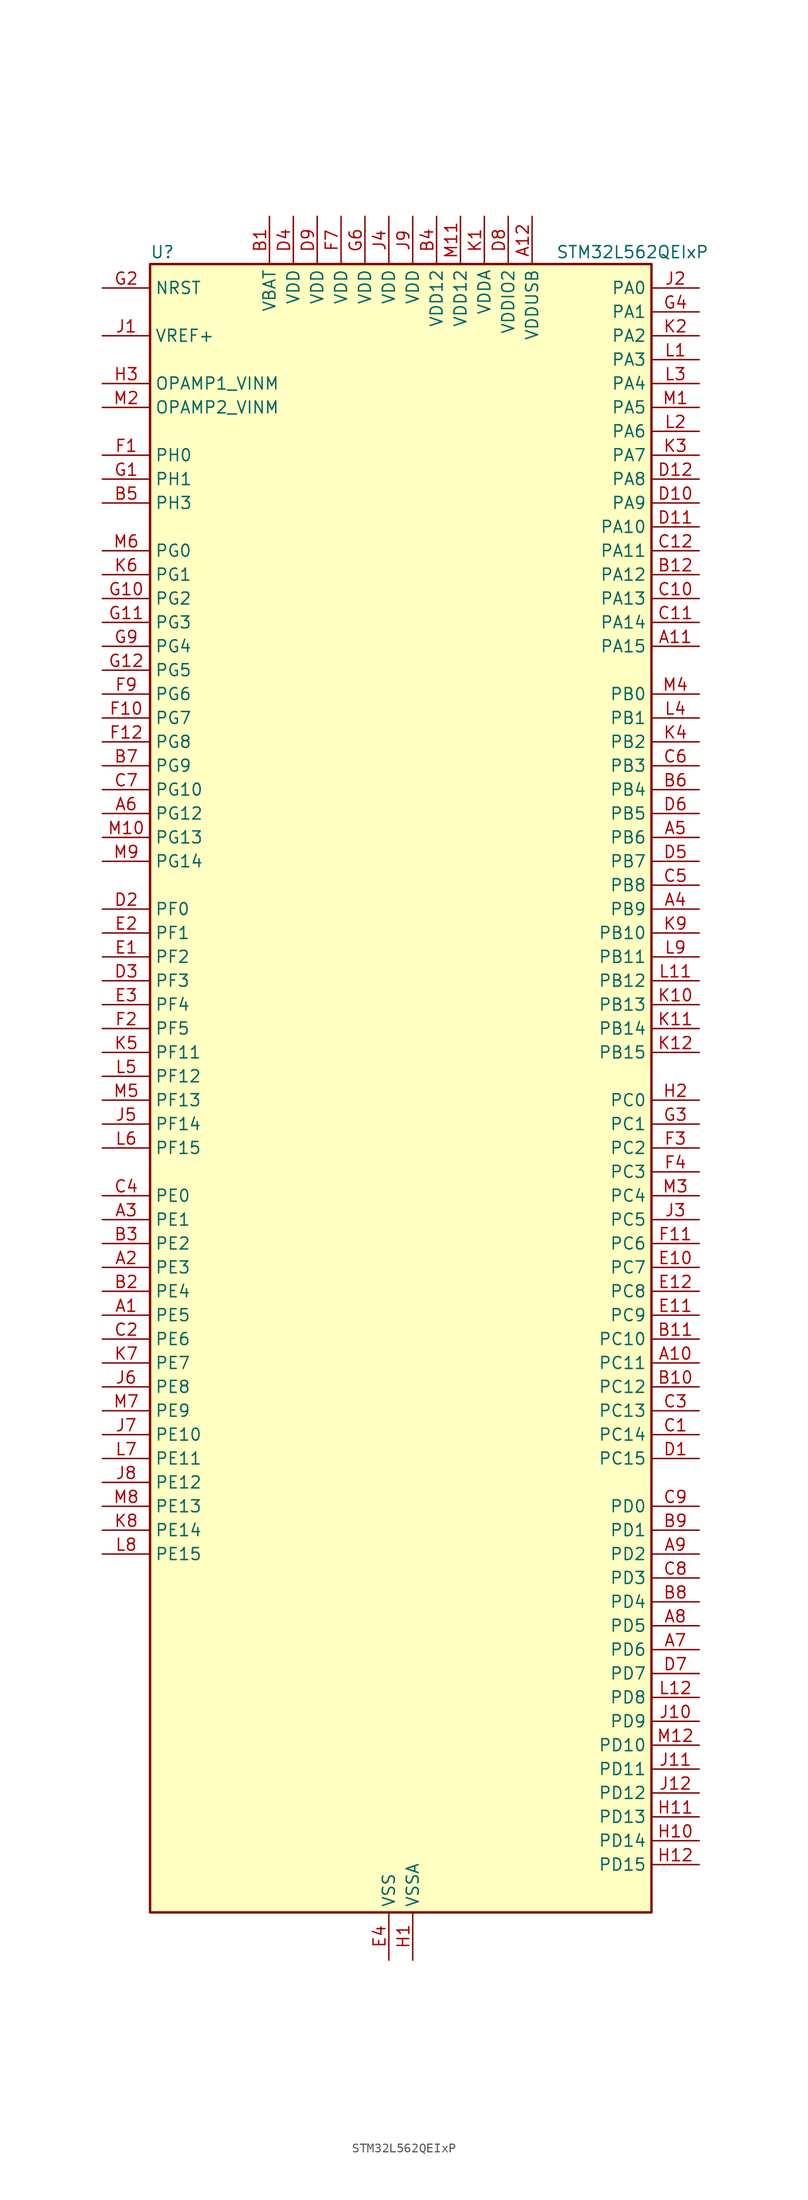
<source format=kicad_sym>
(kicad_symbol_lib
  (version 20220914)
  (generator kicad_symbol_editor)
  (symbol "STM32L562QEIxP"
    (property "Reference" "U"
      (at -25.4 90.17 0)
      (effects (font (size 1.27 1.27)) (justify left)))
    (property "Value" "STM32L562QEIxP"
      (at 17.78 90.17 0)
      (effects (font (size 1.27 1.27)) (justify left)))
    (property "ki_locked" ""
      (at 0 0 0)
      (effects (font (size 1.27 1.27))))
    (symbol "STM32L562QEIxP_0_1"
      (rectangle (start -25.4 -86.36) (end 27.94 88.9) (stroke (width 0.254) (type default)) (fill (type background))))
    (symbol "STM32L562QEIxP_1_1"
      (pin bidirectional line (at -30.48 -22.86 0) (length 5.08) (name "PE5" (effects (font (size 1.27 1.27)))) (number "A1" (effects (font (size 1.27 1.27)))) (alternate "DEBUG_TRACED2" bidirectional line) (alternate "DFSDM1_CKIN3" bidirectional line) (alternate "FMC_A21" bidirectional line) (alternate "SAI1_CK2" bidirectional line) (alternate "SAI1_SCK_A" bidirectional line) (alternate "TIM3_CH3" bidirectional line) (alternate "TSC_G7_IO4" bidirectional line))
      (pin bidirectional line (at 33.02 -27.94 180) (length 5.08) (name "PC11" (effects (font (size 1.27 1.27)))) (number "A10" (effects (font (size 1.27 1.27)))) (alternate "ADC1_EXTI11" bidirectional line) (alternate "ADC2_EXTI11" bidirectional line) (alternate "LPTIM3_IN1" bidirectional line) (alternate "OCTOSPI1_NCS" bidirectional line) (alternate "SAI2_MCLK_B" bidirectional line) (alternate "SDMMC1_D3" bidirectional line) (alternate "SPI3_MISO" bidirectional line) (alternate "TSC_G3_IO3" bidirectional line) (alternate "UART4_RX" bidirectional line) (alternate "UCPD1_FRSTX2" bidirectional line) (alternate "USART3_RX" bidirectional line))
      (pin bidirectional line (at 33.02 48.26 180) (length 5.08) (name "PA15" (effects (font (size 1.27 1.27)))) (number "A11" (effects (font (size 1.27 1.27)))) (alternate "ADC1_EXTI15" bidirectional line) (alternate "ADC2_EXTI15" bidirectional line) (alternate "DEBUG_JTDI" bidirectional line) (alternate "SAI2_FS_B" bidirectional line) (alternate "SPI1_NSS" bidirectional line) (alternate "SPI3_NSS" bidirectional line) (alternate "TIM2_CH1" bidirectional line) (alternate "TIM2_ETR" bidirectional line) (alternate "UART4_DE" bidirectional line) (alternate "UART4_RTS" bidirectional line) (alternate "UCPD1_CC1" bidirectional line) (alternate "USART2_RX" bidirectional line) (alternate "USART3_DE" bidirectional line) (alternate "USART3_RTS" bidirectional line))
      (pin power_in line (at 15.24 93.98 270) (length 5.08) (name "VDDUSB" (effects (font (size 1.27 1.27)))) (number "A12" (effects (font (size 1.27 1.27)))))
      (pin bidirectional line (at -30.48 -17.78 0) (length 5.08) (name "PE3" (effects (font (size 1.27 1.27)))) (number "A2" (effects (font (size 1.27 1.27)))) (alternate "DEBUG_TRACED0" bidirectional line) (alternate "FMC_A19" bidirectional line) (alternate "OCTOSPI1_DQS" bidirectional line) (alternate "SAI1_SD_B" bidirectional line) (alternate "TIM3_CH1" bidirectional line) (alternate "TSC_G7_IO2" bidirectional line))
      (pin bidirectional line (at -30.48 -12.7 0) (length 5.08) (name "PE1" (effects (font (size 1.27 1.27)))) (number "A3" (effects (font (size 1.27 1.27)))) (alternate "FMC_NBL1" bidirectional line) (alternate "TIM17_CH1" bidirectional line))
      (pin bidirectional line (at 33.02 20.32 180) (length 5.08) (name "PB9" (effects (font (size 1.27 1.27)))) (number "A4" (effects (font (size 1.27 1.27)))) (alternate "DAC1_EXTI9" bidirectional line) (alternate "FDCAN1_TX" bidirectional line) (alternate "I2C1_SDA" bidirectional line) (alternate "IR_OUT" bidirectional line) (alternate "SAI1_D2" bidirectional line) (alternate "SAI1_FS_A" bidirectional line) (alternate "SDMMC1_CDIR" bidirectional line) (alternate "SDMMC1_D5" bidirectional line) (alternate "SPI2_NSS" bidirectional line) (alternate "TIM17_CH1" bidirectional line) (alternate "TIM4_CH4" bidirectional line))
      (pin bidirectional line (at 33.02 27.94 180) (length 5.08) (name "PB6" (effects (font (size 1.27 1.27)))) (number "A5" (effects (font (size 1.27 1.27)))) (alternate "COMP2_INP" bidirectional line) (alternate "I2C1_SCL" bidirectional line) (alternate "I2C4_SCL" bidirectional line) (alternate "LPTIM1_ETR" bidirectional line) (alternate "SAI1_FS_B" bidirectional line) (alternate "TIM16_CH1N" bidirectional line) (alternate "TIM4_CH1" bidirectional line) (alternate "TIM8_BKIN2" bidirectional line) (alternate "TSC_G2_IO3" bidirectional line) (alternate "USART1_TX" bidirectional line))
      (pin bidirectional line (at -30.48 30.48 0) (length 5.08) (name "PG12" (effects (font (size 1.27 1.27)))) (number "A6" (effects (font (size 1.27 1.27)))) (alternate "FMC_NE4" bidirectional line) (alternate "LPTIM1_ETR" bidirectional line) (alternate "SAI2_SD_A" bidirectional line) (alternate "SPI3_NSS" bidirectional line) (alternate "USART1_DE" bidirectional line) (alternate "USART1_RTS" bidirectional line))
      (pin bidirectional line (at 33.02 -58.42 180) (length 5.08) (name "PD6" (effects (font (size 1.27 1.27)))) (number "A7" (effects (font (size 1.27 1.27)))) (alternate "DFSDM1_DATIN1" bidirectional line) (alternate "FMC_NWAIT" bidirectional line) (alternate "OCTOSPI1_IO6" bidirectional line) (alternate "SAI1_D1" bidirectional line) (alternate "SAI1_SD_A" bidirectional line) (alternate "SPI3_MOSI" bidirectional line) (alternate "USART2_RX" bidirectional line))
      (pin bidirectional line (at 33.02 -55.88 180) (length 5.08) (name "PD5" (effects (font (size 1.27 1.27)))) (number "A8" (effects (font (size 1.27 1.27)))) (alternate "FMC_NWE" bidirectional line) (alternate "OCTOSPI1_IO5" bidirectional line) (alternate "USART2_TX" bidirectional line))
      (pin bidirectional line (at 33.02 -48.26 180) (length 5.08) (name "PD2" (effects (font (size 1.27 1.27)))) (number "A9" (effects (font (size 1.27 1.27)))) (alternate "DEBUG_TRACED2" bidirectional line) (alternate "SDMMC1_CMD" bidirectional line) (alternate "TIM3_ETR" bidirectional line) (alternate "TSC_SYNC" bidirectional line) (alternate "UART5_RX" bidirectional line) (alternate "USART3_DE" bidirectional line) (alternate "USART3_RTS" bidirectional line))
      (pin power_in line (at -12.7 93.98 270) (length 5.08) (name "VBAT" (effects (font (size 1.27 1.27)))) (number "B1" (effects (font (size 1.27 1.27)))))
      (pin bidirectional line (at 33.02 -30.48 180) (length 5.08) (name "PC12" (effects (font (size 1.27 1.27)))) (number "B10" (effects (font (size 1.27 1.27)))) (alternate "DEBUG_TRACED3" bidirectional line) (alternate "SAI2_SD_B" bidirectional line) (alternate "SDMMC1_CK" bidirectional line) (alternate "SPI3_MOSI" bidirectional line) (alternate "TSC_G3_IO4" bidirectional line) (alternate "UART5_TX" bidirectional line) (alternate "USART3_CK" bidirectional line))
      (pin bidirectional line (at 33.02 -25.4 180) (length 5.08) (name "PC10" (effects (font (size 1.27 1.27)))) (number "B11" (effects (font (size 1.27 1.27)))) (alternate "DEBUG_TRACED1" bidirectional line) (alternate "LPTIM3_ETR" bidirectional line) (alternate "SAI2_SCK_B" bidirectional line) (alternate "SDMMC1_D2" bidirectional line) (alternate "SPI3_SCK" bidirectional line) (alternate "TSC_G3_IO2" bidirectional line) (alternate "UART4_TX" bidirectional line) (alternate "USART3_TX" bidirectional line))
      (pin bidirectional line (at 33.02 55.88 180) (length 5.08) (name "PA12" (effects (font (size 1.27 1.27)))) (number "B12" (effects (font (size 1.27 1.27)))) (alternate "FDCAN1_TX" bidirectional line) (alternate "SPI1_MOSI" bidirectional line) (alternate "TIM1_ETR" bidirectional line) (alternate "USART1_DE" bidirectional line) (alternate "USART1_RTS" bidirectional line) (alternate "USB_DP" bidirectional line))
      (pin bidirectional line (at -30.48 -20.32 0) (length 5.08) (name "PE4" (effects (font (size 1.27 1.27)))) (number "B2" (effects (font (size 1.27 1.27)))) (alternate "DEBUG_TRACED1" bidirectional line) (alternate "DFSDM1_DATIN3" bidirectional line) (alternate "FMC_A20" bidirectional line) (alternate "SAI1_D2" bidirectional line) (alternate "SAI1_FS_A" bidirectional line) (alternate "TIM3_CH2" bidirectional line) (alternate "TSC_G7_IO3" bidirectional line))
      (pin bidirectional line (at -30.48 -15.24 0) (length 5.08) (name "PE2" (effects (font (size 1.27 1.27)))) (number "B3" (effects (font (size 1.27 1.27)))) (alternate "DEBUG_TRACECLK" bidirectional line) (alternate "FMC_A23" bidirectional line) (alternate "SAI1_CK1" bidirectional line) (alternate "SAI1_MCLK_A" bidirectional line) (alternate "TIM3_ETR" bidirectional line) (alternate "TSC_G7_IO1" bidirectional line))
      (pin power_in line (at 5.08 93.98 270) (length 5.08) (name "VDD12" (effects (font (size 1.27 1.27)))) (number "B4" (effects (font (size 1.27 1.27)))))
      (pin bidirectional line (at -30.48 63.5 0) (length 5.08) (name "PH3" (effects (font (size 1.27 1.27)))) (number "B5" (effects (font (size 1.27 1.27)))))
      (pin bidirectional line (at 33.02 33.02 180) (length 5.08) (name "PB4" (effects (font (size 1.27 1.27)))) (number "B6" (effects (font (size 1.27 1.27)))) (alternate "COMP2_INP" bidirectional line) (alternate "DEBUG_JTRST" bidirectional line) (alternate "I2C3_SDA" bidirectional line) (alternate "SAI1_MCLK_B" bidirectional line) (alternate "SPI1_MISO" bidirectional line) (alternate "SPI3_MISO" bidirectional line) (alternate "TIM17_BKIN" bidirectional line) (alternate "TIM3_CH1" bidirectional line) (alternate "TSC_G2_IO1" bidirectional line) (alternate "UART5_DE" bidirectional line) (alternate "UART5_RTS" bidirectional line) (alternate "USART1_CTS" bidirectional line) (alternate "USART1_NSS" bidirectional line))
      (pin bidirectional line (at -30.48 35.56 0) (length 5.08) (name "PG9" (effects (font (size 1.27 1.27)))) (number "B7" (effects (font (size 1.27 1.27)))) (alternate "DAC1_EXTI9" bidirectional line) (alternate "FMC_NCE" bidirectional line) (alternate "FMC_NE2" bidirectional line) (alternate "SAI2_SCK_A" bidirectional line) (alternate "SPI3_SCK" bidirectional line) (alternate "TIM15_CH1N" bidirectional line) (alternate "USART1_TX" bidirectional line))
      (pin bidirectional line (at 33.02 -53.34 180) (length 5.08) (name "PD4" (effects (font (size 1.27 1.27)))) (number "B8" (effects (font (size 1.27 1.27)))) (alternate "DFSDM1_CKIN0" bidirectional line) (alternate "FMC_NOE" bidirectional line) (alternate "OCTOSPI1_IO4" bidirectional line) (alternate "SPI2_MOSI" bidirectional line) (alternate "USART2_DE" bidirectional line) (alternate "USART2_RTS" bidirectional line))
      (pin bidirectional line (at 33.02 -45.72 180) (length 5.08) (name "PD1" (effects (font (size 1.27 1.27)))) (number "B9" (effects (font (size 1.27 1.27)))) (alternate "FDCAN1_TX" bidirectional line) (alternate "FMC_D3" bidirectional line) (alternate "FMC_DA3" bidirectional line) (alternate "SPI2_SCK" bidirectional line))
      (pin bidirectional line (at 33.02 -35.56 180) (length 5.08) (name "PC14" (effects (font (size 1.27 1.27)))) (number "C1" (effects (font (size 1.27 1.27)))) (alternate "RCC_OSC32_IN" bidirectional line))
      (pin bidirectional line (at 33.02 53.34 180) (length 5.08) (name "PA13" (effects (font (size 1.27 1.27)))) (number "C10" (effects (font (size 1.27 1.27)))) (alternate "DEBUG_JTMS-SWDIO" bidirectional line) (alternate "IR_OUT" bidirectional line) (alternate "SAI1_SD_B" bidirectional line) (alternate "USB_NOE" bidirectional line))
      (pin bidirectional line (at 33.02 50.8 180) (length 5.08) (name "PA14" (effects (font (size 1.27 1.27)))) (number "C11" (effects (font (size 1.27 1.27)))) (alternate "DEBUG_JTCK-SWCLK" bidirectional line) (alternate "I2C1_SMBA" bidirectional line) (alternate "I2C4_SMBA" bidirectional line) (alternate "LPTIM1_OUT" bidirectional line) (alternate "SAI1_FS_B" bidirectional line))
      (pin bidirectional line (at 33.02 58.42 180) (length 5.08) (name "PA11" (effects (font (size 1.27 1.27)))) (number "C12" (effects (font (size 1.27 1.27)))) (alternate "ADC1_EXTI11" bidirectional line) (alternate "ADC2_EXTI11" bidirectional line) (alternate "FDCAN1_RX" bidirectional line) (alternate "SPI1_MISO" bidirectional line) (alternate "TIM1_BKIN2" bidirectional line) (alternate "TIM1_CH4" bidirectional line) (alternate "USART1_CTS" bidirectional line) (alternate "USART1_NSS" bidirectional line) (alternate "USB_DM" bidirectional line))
      (pin bidirectional line (at -30.48 -25.4 0) (length 5.08) (name "PE6" (effects (font (size 1.27 1.27)))) (number "C2" (effects (font (size 1.27 1.27)))) (alternate "DEBUG_TRACED3" bidirectional line) (alternate "FMC_A22" bidirectional line) (alternate "PWR_WKUP3" bidirectional line) (alternate "SAI1_D1" bidirectional line) (alternate "SAI1_SD_A" bidirectional line) (alternate "TAMP_IN3" bidirectional line) (alternate "TAMP_OUT6" bidirectional line) (alternate "TIM3_CH4" bidirectional line))
      (pin bidirectional line (at 33.02 -33.02 180) (length 5.08) (name "PC13" (effects (font (size 1.27 1.27)))) (number "C3" (effects (font (size 1.27 1.27)))) (alternate "PWR_WKUP2" bidirectional line) (alternate "RTC_OUT1" bidirectional line) (alternate "RTC_TS" bidirectional line) (alternate "TAMP_IN1" bidirectional line) (alternate "TAMP_OUT2" bidirectional line))
      (pin bidirectional line (at -30.48 -10.16 0) (length 5.08) (name "PE0" (effects (font (size 1.27 1.27)))) (number "C4" (effects (font (size 1.27 1.27)))) (alternate "FMC_NBL0" bidirectional line) (alternate "TIM16_CH1" bidirectional line) (alternate "TIM4_ETR" bidirectional line))
      (pin bidirectional line (at 33.02 22.86 180) (length 5.08) (name "PB8" (effects (font (size 1.27 1.27)))) (number "C5" (effects (font (size 1.27 1.27)))) (alternate "DFSDM1_CKOUT" bidirectional line) (alternate "FDCAN1_RX" bidirectional line) (alternate "I2C1_SCL" bidirectional line) (alternate "SAI1_CK1" bidirectional line) (alternate "SAI1_MCLK_A" bidirectional line) (alternate "SDMMC1_CKIN" bidirectional line) (alternate "SDMMC1_D4" bidirectional line) (alternate "TIM16_CH1" bidirectional line) (alternate "TIM4_CH3" bidirectional line))
      (pin bidirectional line (at 33.02 35.56 180) (length 5.08) (name "PB3" (effects (font (size 1.27 1.27)))) (number "C6" (effects (font (size 1.27 1.27)))) (alternate "COMP2_INM" bidirectional line) (alternate "CRS_SYNC" bidirectional line) (alternate "DEBUG_JTDO-SWO" bidirectional line) (alternate "SAI1_SCK_B" bidirectional line) (alternate "SPI1_SCK" bidirectional line) (alternate "SPI3_SCK" bidirectional line) (alternate "TIM2_CH2" bidirectional line) (alternate "USART1_DE" bidirectional line) (alternate "USART1_RTS" bidirectional line))
      (pin bidirectional line (at -30.48 33.02 0) (length 5.08) (name "PG10" (effects (font (size 1.27 1.27)))) (number "C7" (effects (font (size 1.27 1.27)))) (alternate "FMC_NE3" bidirectional line) (alternate "LPTIM1_IN1" bidirectional line) (alternate "SAI2_FS_A" bidirectional line) (alternate "SPI3_MISO" bidirectional line) (alternate "TIM15_CH1" bidirectional line) (alternate "USART1_RX" bidirectional line))
      (pin bidirectional line (at 33.02 -50.8 180) (length 5.08) (name "PD3" (effects (font (size 1.27 1.27)))) (number "C8" (effects (font (size 1.27 1.27)))) (alternate "DFSDM1_DATIN0" bidirectional line) (alternate "FMC_CLK" bidirectional line) (alternate "SPI2_MISO" bidirectional line) (alternate "SPI2_SCK" bidirectional line) (alternate "USART2_CTS" bidirectional line) (alternate "USART2_NSS" bidirectional line))
      (pin bidirectional line (at 33.02 -43.18 180) (length 5.08) (name "PD0" (effects (font (size 1.27 1.27)))) (number "C9" (effects (font (size 1.27 1.27)))) (alternate "FDCAN1_RX" bidirectional line) (alternate "FMC_D2" bidirectional line) (alternate "FMC_DA2" bidirectional line) (alternate "SPI2_NSS" bidirectional line))
      (pin bidirectional line (at 33.02 -38.1 180) (length 5.08) (name "PC15" (effects (font (size 1.27 1.27)))) (number "D1" (effects (font (size 1.27 1.27)))) (alternate "ADC1_EXTI15" bidirectional line) (alternate "ADC2_EXTI15" bidirectional line) (alternate "RCC_OSC32_OUT" bidirectional line))
      (pin bidirectional line (at 33.02 63.5 180) (length 5.08) (name "PA9" (effects (font (size 1.27 1.27)))) (number "D10" (effects (font (size 1.27 1.27)))) (alternate "DAC1_EXTI9" bidirectional line) (alternate "SAI1_FS_A" bidirectional line) (alternate "SPI2_SCK" bidirectional line) (alternate "TIM15_BKIN" bidirectional line) (alternate "TIM1_CH2" bidirectional line) (alternate "USART1_TX" bidirectional line))
      (pin bidirectional line (at 33.02 60.96 180) (length 5.08) (name "PA10" (effects (font (size 1.27 1.27)))) (number "D11" (effects (font (size 1.27 1.27)))) (alternate "CRS_SYNC" bidirectional line) (alternate "SAI1_D1" bidirectional line) (alternate "SAI1_SD_A" bidirectional line) (alternate "TIM17_BKIN" bidirectional line) (alternate "TIM1_CH3" bidirectional line) (alternate "USART1_RX" bidirectional line))
      (pin bidirectional line (at 33.02 66.04 180) (length 5.08) (name "PA8" (effects (font (size 1.27 1.27)))) (number "D12" (effects (font (size 1.27 1.27)))) (alternate "LPTIM2_OUT" bidirectional line) (alternate "RCC_MCO" bidirectional line) (alternate "SAI1_CK2" bidirectional line) (alternate "SAI1_SCK_A" bidirectional line) (alternate "TIM1_CH1" bidirectional line) (alternate "USART1_CK" bidirectional line))
      (pin bidirectional line (at -30.48 20.32 0) (length 5.08) (name "PF0" (effects (font (size 1.27 1.27)))) (number "D2" (effects (font (size 1.27 1.27)))) (alternate "FMC_A0" bidirectional line) (alternate "I2C2_SDA" bidirectional line))
      (pin bidirectional line (at -30.48 12.7 0) (length 5.08) (name "PF3" (effects (font (size 1.27 1.27)))) (number "D3" (effects (font (size 1.27 1.27)))) (alternate "FMC_A3" bidirectional line) (alternate "LPTIM3_IN1" bidirectional line))
      (pin power_in line (at -10.16 93.98 270) (length 5.08) (name "VDD" (effects (font (size 1.27 1.27)))) (number "D4" (effects (font (size 1.27 1.27)))))
      (pin bidirectional line (at 33.02 25.4 180) (length 5.08) (name "PB7" (effects (font (size 1.27 1.27)))) (number "D5" (effects (font (size 1.27 1.27)))) (alternate "COMP2_INM" bidirectional line) (alternate "FMC_NL" bidirectional line) (alternate "I2C1_SDA" bidirectional line) (alternate "I2C4_SDA" bidirectional line) (alternate "LPTIM1_IN2" bidirectional line) (alternate "PWR_PVD_IN" bidirectional line) (alternate "TIM17_CH1N" bidirectional line) (alternate "TIM4_CH2" bidirectional line) (alternate "TIM8_BKIN" bidirectional line) (alternate "TSC_G2_IO4" bidirectional line) (alternate "UART4_CTS" bidirectional line) (alternate "USART1_RX" bidirectional line))
      (pin bidirectional line (at 33.02 30.48 180) (length 5.08) (name "PB5" (effects (font (size 1.27 1.27)))) (number "D6" (effects (font (size 1.27 1.27)))) (alternate "COMP2_OUT" bidirectional line) (alternate "I2C1_SMBA" bidirectional line) (alternate "LPTIM1_IN1" bidirectional line) (alternate "OCTOSPI1_NCLK" bidirectional line) (alternate "SAI1_SD_B" bidirectional line) (alternate "SPI1_MOSI" bidirectional line) (alternate "SPI3_MOSI" bidirectional line) (alternate "TIM16_BKIN" bidirectional line) (alternate "TIM3_CH2" bidirectional line) (alternate "TSC_G2_IO2" bidirectional line) (alternate "UART5_CTS" bidirectional line) (alternate "UCPD1_DBCC1" bidirectional line) (alternate "USART1_CK" bidirectional line))
      (pin bidirectional line (at 33.02 -60.96 180) (length 5.08) (name "PD7" (effects (font (size 1.27 1.27)))) (number "D7" (effects (font (size 1.27 1.27)))) (alternate "DFSDM1_CKIN1" bidirectional line) (alternate "FMC_NCE" bidirectional line) (alternate "FMC_NE1" bidirectional line) (alternate "OCTOSPI1_IO7" bidirectional line) (alternate "USART2_CK" bidirectional line))
      (pin power_in line (at 12.7 93.98 270) (length 5.08) (name "VDDIO2" (effects (font (size 1.27 1.27)))) (number "D8" (effects (font (size 1.27 1.27)))))
      (pin power_in line (at -7.62 93.98 270) (length 5.08) (name "VDD" (effects (font (size 1.27 1.27)))) (number "D9" (effects (font (size 1.27 1.27)))))
      (pin bidirectional line (at -30.48 15.24 0) (length 5.08) (name "PF2" (effects (font (size 1.27 1.27)))) (number "E1" (effects (font (size 1.27 1.27)))) (alternate "FMC_A2" bidirectional line) (alternate "I2C2_SMBA" bidirectional line))
      (pin bidirectional line (at 33.02 -17.78 180) (length 5.08) (name "PC7" (effects (font (size 1.27 1.27)))) (number "E10" (effects (font (size 1.27 1.27)))) (alternate "DFSDM1_DATIN3" bidirectional line) (alternate "SAI2_MCLK_B" bidirectional line) (alternate "SDMMC1_D123DIR" bidirectional line) (alternate "SDMMC1_D7" bidirectional line) (alternate "TIM3_CH2" bidirectional line) (alternate "TIM8_CH2" bidirectional line) (alternate "TSC_G4_IO2" bidirectional line))
      (pin bidirectional line (at 33.02 -22.86 180) (length 5.08) (name "PC9" (effects (font (size 1.27 1.27)))) (number "E11" (effects (font (size 1.27 1.27)))) (alternate "DAC1_EXTI9" bidirectional line) (alternate "DEBUG_TRACED0" bidirectional line) (alternate "SAI2_EXTCLK" bidirectional line) (alternate "SDMMC1_D1" bidirectional line) (alternate "TIM3_CH4" bidirectional line) (alternate "TIM8_BKIN2" bidirectional line) (alternate "TIM8_CH4" bidirectional line) (alternate "TSC_G4_IO4" bidirectional line) (alternate "USB_NOE" bidirectional line))
      (pin bidirectional line (at 33.02 -20.32 180) (length 5.08) (name "PC8" (effects (font (size 1.27 1.27)))) (number "E12" (effects (font (size 1.27 1.27)))) (alternate "SDMMC1_D0" bidirectional line) (alternate "TIM3_CH3" bidirectional line) (alternate "TIM8_CH3" bidirectional line) (alternate "TSC_G4_IO3" bidirectional line))
      (pin bidirectional line (at -30.48 17.78 0) (length 5.08) (name "PF1" (effects (font (size 1.27 1.27)))) (number "E2" (effects (font (size 1.27 1.27)))) (alternate "FMC_A1" bidirectional line) (alternate "I2C2_SCL" bidirectional line))
      (pin bidirectional line (at -30.48 10.16 0) (length 5.08) (name "PF4" (effects (font (size 1.27 1.27)))) (number "E3" (effects (font (size 1.27 1.27)))) (alternate "FMC_A4" bidirectional line) (alternate "LPTIM3_ETR" bidirectional line))
      (pin power_in line (at 0 -91.44 90) (length 5.08) (name "VSS" (effects (font (size 1.27 1.27)))) (number "E4" (effects (font (size 1.27 1.27)))))
      (pin passive line (at 0 -91.44 90) (length 5.08) hide (name "VSS" (effects (font (size 1.27 1.27)))) (number "E9" (effects (font (size 1.27 1.27)))))
      (pin bidirectional line (at -30.48 68.58 0) (length 5.08) (name "PH0" (effects (font (size 1.27 1.27)))) (number "F1" (effects (font (size 1.27 1.27)))) (alternate "RCC_OSC_IN" bidirectional line))
      (pin bidirectional line (at -30.48 40.64 0) (length 5.08) (name "PG7" (effects (font (size 1.27 1.27)))) (number "F10" (effects (font (size 1.27 1.27)))) (alternate "DFSDM1_CKOUT" bidirectional line) (alternate "FMC_INT" bidirectional line) (alternate "I2C3_SCL" bidirectional line) (alternate "LPUART1_TX" bidirectional line) (alternate "SAI1_CK1" bidirectional line) (alternate "SAI1_MCLK_A" bidirectional line) (alternate "UCPD1_FRSTX2" bidirectional line))
      (pin bidirectional line (at 33.02 -15.24 180) (length 5.08) (name "PC6" (effects (font (size 1.27 1.27)))) (number "F11" (effects (font (size 1.27 1.27)))) (alternate "DFSDM1_CKIN3" bidirectional line) (alternate "SAI2_MCLK_A" bidirectional line) (alternate "SDMMC1_D0DIR" bidirectional line) (alternate "SDMMC1_D6" bidirectional line) (alternate "TIM3_CH1" bidirectional line) (alternate "TIM8_CH1" bidirectional line) (alternate "TSC_G4_IO1" bidirectional line))
      (pin bidirectional line (at -30.48 38.1 0) (length 5.08) (name "PG8" (effects (font (size 1.27 1.27)))) (number "F12" (effects (font (size 1.27 1.27)))) (alternate "I2C3_SDA" bidirectional line) (alternate "LPUART1_RX" bidirectional line))
      (pin bidirectional line (at -30.48 7.62 0) (length 5.08) (name "PF5" (effects (font (size 1.27 1.27)))) (number "F2" (effects (font (size 1.27 1.27)))) (alternate "FMC_A5" bidirectional line) (alternate "LPTIM3_OUT" bidirectional line))
      (pin bidirectional line (at 33.02 -5.08 180) (length 5.08) (name "PC2" (effects (font (size 1.27 1.27)))) (number "F3" (effects (font (size 1.27 1.27)))) (alternate "ADC1_IN3" bidirectional line) (alternate "ADC2_IN3" bidirectional line) (alternate "DFSDM1_CKOUT" bidirectional line) (alternate "LPTIM1_IN2" bidirectional line) (alternate "OCTOSPI1_IO5" bidirectional line) (alternate "SPI2_MISO" bidirectional line))
      (pin bidirectional line (at 33.02 -7.62 180) (length 5.08) (name "PC3" (effects (font (size 1.27 1.27)))) (number "F4" (effects (font (size 1.27 1.27)))) (alternate "ADC1_IN4" bidirectional line) (alternate "ADC2_IN4" bidirectional line) (alternate "LPTIM1_ETR" bidirectional line) (alternate "LPTIM2_ETR" bidirectional line) (alternate "LPTIM3_OUT" bidirectional line) (alternate "OCTOSPI1_IO6" bidirectional line) (alternate "SAI1_D1" bidirectional line) (alternate "SAI1_SD_A" bidirectional line) (alternate "SPI2_MOSI" bidirectional line))
      (pin passive line (at 0 -91.44 90) (length 5.08) hide (name "VSS" (effects (font (size 1.27 1.27)))) (number "F6" (effects (font (size 1.27 1.27)))))
      (pin power_in line (at -5.08 93.98 270) (length 5.08) (name "VDD" (effects (font (size 1.27 1.27)))) (number "F7" (effects (font (size 1.27 1.27)))))
      (pin bidirectional line (at -30.48 43.18 0) (length 5.08) (name "PG6" (effects (font (size 1.27 1.27)))) (number "F9" (effects (font (size 1.27 1.27)))) (alternate "I2C3_SMBA" bidirectional line) (alternate "LPUART1_DE" bidirectional line) (alternate "LPUART1_RTS" bidirectional line) (alternate "OCTOSPI1_DQS" bidirectional line) (alternate "UCPD1_FRSTX1" bidirectional line))
      (pin bidirectional line (at -30.48 66.04 0) (length 5.08) (name "PH1" (effects (font (size 1.27 1.27)))) (number "G1" (effects (font (size 1.27 1.27)))) (alternate "RCC_OSC_OUT" bidirectional line))
      (pin bidirectional line (at -30.48 53.34 0) (length 5.08) (name "PG2" (effects (font (size 1.27 1.27)))) (number "G10" (effects (font (size 1.27 1.27)))) (alternate "FMC_A12" bidirectional line) (alternate "SAI2_SCK_B" bidirectional line) (alternate "SPI1_SCK" bidirectional line))
      (pin bidirectional line (at -30.48 50.8 0) (length 5.08) (name "PG3" (effects (font (size 1.27 1.27)))) (number "G11" (effects (font (size 1.27 1.27)))) (alternate "FMC_A13" bidirectional line) (alternate "SAI2_FS_B" bidirectional line) (alternate "SPI1_MISO" bidirectional line))
      (pin bidirectional line (at -30.48 45.72 0) (length 5.08) (name "PG5" (effects (font (size 1.27 1.27)))) (number "G12" (effects (font (size 1.27 1.27)))) (alternate "FMC_A15" bidirectional line) (alternate "LPUART1_CTS" bidirectional line) (alternate "SAI2_SD_B" bidirectional line) (alternate "SPI1_NSS" bidirectional line))
      (pin input line (at -30.48 86.36 0) (length 5.08) (name "NRST" (effects (font (size 1.27 1.27)))) (number "G2" (effects (font (size 1.27 1.27)))))
      (pin bidirectional line (at 33.02 -2.54 180) (length 5.08) (name "PC1" (effects (font (size 1.27 1.27)))) (number "G3" (effects (font (size 1.27 1.27)))) (alternate "ADC1_IN2" bidirectional line) (alternate "ADC2_IN2" bidirectional line) (alternate "DEBUG_TRACED0" bidirectional line) (alternate "I2C3_SDA" bidirectional line) (alternate "LPTIM1_OUT" bidirectional line) (alternate "LPUART1_TX" bidirectional line) (alternate "OCTOSPI1_IO4" bidirectional line) (alternate "SAI1_SD_A" bidirectional line) (alternate "SPI2_MOSI" bidirectional line))
      (pin bidirectional line (at 33.02 83.82 180) (length 5.08) (name "PA1" (effects (font (size 1.27 1.27)))) (number "G4" (effects (font (size 1.27 1.27)))) (alternate "ADC1_IN6" bidirectional line) (alternate "ADC2_IN6" bidirectional line) (alternate "I2C1_SMBA" bidirectional line) (alternate "OCTOSPI1_DQS" bidirectional line) (alternate "OPAMP1_VINM" bidirectional line) (alternate "SPI1_SCK" bidirectional line) (alternate "TAMP_IN5" bidirectional line) (alternate "TAMP_OUT4" bidirectional line) (alternate "TIM15_CH1N" bidirectional line) (alternate "TIM2_CH2" bidirectional line) (alternate "TIM5_CH2" bidirectional line) (alternate "UART4_RX" bidirectional line) (alternate "USART2_DE" bidirectional line) (alternate "USART2_RTS" bidirectional line))
      (pin power_in line (at -2.54 93.98 270) (length 5.08) (name "VDD" (effects (font (size 1.27 1.27)))) (number "G6" (effects (font (size 1.27 1.27)))))
      (pin passive line (at 0 -91.44 90) (length 5.08) hide (name "VSS" (effects (font (size 1.27 1.27)))) (number "G7" (effects (font (size 1.27 1.27)))))
      (pin bidirectional line (at -30.48 48.26 0) (length 5.08) (name "PG4" (effects (font (size 1.27 1.27)))) (number "G9" (effects (font (size 1.27 1.27)))) (alternate "FMC_A14" bidirectional line) (alternate "SAI2_MCLK_B" bidirectional line) (alternate "SPI1_MOSI" bidirectional line))
      (pin power_in line (at 2.54 -91.44 90) (length 5.08) (name "VSSA" (effects (font (size 1.27 1.27)))) (number "H1" (effects (font (size 1.27 1.27)))))
      (pin bidirectional line (at 33.02 -78.74 180) (length 5.08) (name "PD14" (effects (font (size 1.27 1.27)))) (number "H10" (effects (font (size 1.27 1.27)))) (alternate "FMC_D0" bidirectional line) (alternate "FMC_DA0" bidirectional line) (alternate "TIM4_CH3" bidirectional line))
      (pin bidirectional line (at 33.02 -76.2 180) (length 5.08) (name "PD13" (effects (font (size 1.27 1.27)))) (number "H11" (effects (font (size 1.27 1.27)))) (alternate "FMC_A18" bidirectional line) (alternate "I2C4_SDA" bidirectional line) (alternate "LPTIM2_OUT" bidirectional line) (alternate "TIM4_CH2" bidirectional line) (alternate "TSC_G6_IO4" bidirectional line))
      (pin bidirectional line (at 33.02 -81.28 180) (length 5.08) (name "PD15" (effects (font (size 1.27 1.27)))) (number "H12" (effects (font (size 1.27 1.27)))) (alternate "ADC1_EXTI15" bidirectional line) (alternate "ADC2_EXTI15" bidirectional line) (alternate "FMC_D1" bidirectional line) (alternate "FMC_DA1" bidirectional line) (alternate "TIM4_CH4" bidirectional line))
      (pin bidirectional line (at 33.02 0 180) (length 5.08) (name "PC0" (effects (font (size 1.27 1.27)))) (number "H2" (effects (font (size 1.27 1.27)))) (alternate "ADC1_IN1" bidirectional line) (alternate "ADC2_IN1" bidirectional line) (alternate "I2C3_SCL" bidirectional line) (alternate "LPTIM1_IN1" bidirectional line) (alternate "LPTIM2_IN1" bidirectional line) (alternate "LPUART1_RX" bidirectional line) (alternate "OCTOSPI1_IO7" bidirectional line) (alternate "SAI2_FS_A" bidirectional line) (alternate "SDMMC1_D5" bidirectional line))
      (pin bidirectional line (at -30.48 76.2 0) (length 5.08) (name "OPAMP1_VINM" (effects (font (size 1.27 1.27)))) (number "H3" (effects (font (size 1.27 1.27)))) (alternate "OPAMP1_VINM" bidirectional line))
      (pin passive line (at 0 -91.44 90) (length 5.08) hide (name "VSS" (effects (font (size 1.27 1.27)))) (number "H4" (effects (font (size 1.27 1.27)))))
      (pin passive line (at 0 -91.44 90) (length 5.08) hide (name "VSS" (effects (font (size 1.27 1.27)))) (number "H9" (effects (font (size 1.27 1.27)))))
      (pin input line (at -30.48 81.28 0) (length 5.08) (name "VREF+" (effects (font (size 1.27 1.27)))) (number "J1" (effects (font (size 1.27 1.27)))))
      (pin bidirectional line (at 33.02 -66.04 180) (length 5.08) (name "PD9" (effects (font (size 1.27 1.27)))) (number "J10" (effects (font (size 1.27 1.27)))) (alternate "DAC1_EXTI9" bidirectional line) (alternate "FMC_D14" bidirectional line) (alternate "FMC_DA14" bidirectional line) (alternate "SAI2_MCLK_A" bidirectional line) (alternate "USART3_RX" bidirectional line))
      (pin bidirectional line (at 33.02 -71.12 180) (length 5.08) (name "PD11" (effects (font (size 1.27 1.27)))) (number "J11" (effects (font (size 1.27 1.27)))) (alternate "ADC1_EXTI11" bidirectional line) (alternate "ADC2_EXTI11" bidirectional line) (alternate "FMC_A16" bidirectional line) (alternate "FMC_CLE" bidirectional line) (alternate "I2C4_SMBA" bidirectional line) (alternate "LPTIM2_ETR" bidirectional line) (alternate "SAI2_SD_A" bidirectional line) (alternate "TSC_G6_IO2" bidirectional line) (alternate "USART3_CTS" bidirectional line) (alternate "USART3_NSS" bidirectional line))
      (pin bidirectional line (at 33.02 -73.66 180) (length 5.08) (name "PD12" (effects (font (size 1.27 1.27)))) (number "J12" (effects (font (size 1.27 1.27)))) (alternate "FMC_A17" bidirectional line) (alternate "FMC_ALE" bidirectional line) (alternate "I2C4_SCL" bidirectional line) (alternate "LPTIM2_IN1" bidirectional line) (alternate "SAI2_FS_A" bidirectional line) (alternate "TIM4_CH1" bidirectional line) (alternate "TSC_G6_IO3" bidirectional line) (alternate "USART3_DE" bidirectional line) (alternate "USART3_RTS" bidirectional line))
      (pin bidirectional line (at 33.02 86.36 180) (length 5.08) (name "PA0" (effects (font (size 1.27 1.27)))) (number "J2" (effects (font (size 1.27 1.27)))) (alternate "ADC1_IN5" bidirectional line) (alternate "ADC2_IN5" bidirectional line) (alternate "OPAMP1_VINP" bidirectional line) (alternate "PWR_WKUP1" bidirectional line) (alternate "SAI1_EXTCLK" bidirectional line) (alternate "TAMP_IN2" bidirectional line) (alternate "TAMP_OUT1" bidirectional line) (alternate "TIM2_CH1" bidirectional line) (alternate "TIM2_ETR" bidirectional line) (alternate "TIM5_CH1" bidirectional line) (alternate "TIM8_ETR" bidirectional line) (alternate "UART4_TX" bidirectional line) (alternate "USART2_CTS" bidirectional line) (alternate "USART2_NSS" bidirectional line))
      (pin bidirectional line (at 33.02 -12.7 180) (length 5.08) (name "PC5" (effects (font (size 1.27 1.27)))) (number "J3" (effects (font (size 1.27 1.27)))) (alternate "ADC1_IN14" bidirectional line) (alternate "ADC2_IN14" bidirectional line) (alternate "COMP1_INP" bidirectional line) (alternate "PWR_WKUP5" bidirectional line) (alternate "SAI1_D3" bidirectional line) (alternate "TAMP_IN4" bidirectional line) (alternate "TAMP_OUT5" bidirectional line) (alternate "USART3_RX" bidirectional line))
      (pin power_in line (at 0 93.98 270) (length 5.08) (name "VDD" (effects (font (size 1.27 1.27)))) (number "J4" (effects (font (size 1.27 1.27)))))
      (pin bidirectional line (at -30.48 -2.54 0) (length 5.08) (name "PF14" (effects (font (size 1.27 1.27)))) (number "J5" (effects (font (size 1.27 1.27)))) (alternate "FMC_A8" bidirectional line) (alternate "I2C4_SCL" bidirectional line) (alternate "TSC_G8_IO1" bidirectional line))
      (pin bidirectional line (at -30.48 -30.48 0) (length 5.08) (name "PE8" (effects (font (size 1.27 1.27)))) (number "J6" (effects (font (size 1.27 1.27)))) (alternate "DFSDM1_CKIN2" bidirectional line) (alternate "FMC_D5" bidirectional line) (alternate "FMC_DA5" bidirectional line) (alternate "SAI1_SCK_B" bidirectional line) (alternate "TIM1_CH1N" bidirectional line))
      (pin bidirectional line (at -30.48 -35.56 0) (length 5.08) (name "PE10" (effects (font (size 1.27 1.27)))) (number "J7" (effects (font (size 1.27 1.27)))) (alternate "FMC_D7" bidirectional line) (alternate "FMC_DA7" bidirectional line) (alternate "OCTOSPI1_CLK" bidirectional line) (alternate "SAI1_MCLK_B" bidirectional line) (alternate "TIM1_CH2N" bidirectional line) (alternate "TSC_G5_IO1" bidirectional line))
      (pin bidirectional line (at -30.48 -40.64 0) (length 5.08) (name "PE12" (effects (font (size 1.27 1.27)))) (number "J8" (effects (font (size 1.27 1.27)))) (alternate "FMC_D9" bidirectional line) (alternate "FMC_DA9" bidirectional line) (alternate "OCTOSPI1_IO0" bidirectional line) (alternate "SPI1_NSS" bidirectional line) (alternate "TIM1_CH3N" bidirectional line) (alternate "TSC_G5_IO3" bidirectional line))
      (pin power_in line (at 2.54 93.98 270) (length 5.08) (name "VDD" (effects (font (size 1.27 1.27)))) (number "J9" (effects (font (size 1.27 1.27)))))
      (pin power_in line (at 10.16 93.98 270) (length 5.08) (name "VDDA" (effects (font (size 1.27 1.27)))) (number "K1" (effects (font (size 1.27 1.27)))))
      (pin bidirectional line (at 33.02 10.16 180) (length 5.08) (name "PB13" (effects (font (size 1.27 1.27)))) (number "K10" (effects (font (size 1.27 1.27)))) (alternate "DFSDM1_CKIN1" bidirectional line) (alternate "I2C2_SCL" bidirectional line) (alternate "LPTIM3_IN1" bidirectional line) (alternate "LPUART1_CTS" bidirectional line) (alternate "SAI2_SCK_A" bidirectional line) (alternate "SPI2_SCK" bidirectional line) (alternate "TIM15_CH1N" bidirectional line) (alternate "TIM1_CH1N" bidirectional line) (alternate "TSC_G1_IO2" bidirectional line) (alternate "UCPD1_FRSTX2" bidirectional line) (alternate "USART3_CTS" bidirectional line) (alternate "USART3_NSS" bidirectional line))
      (pin bidirectional line (at 33.02 7.62 180) (length 5.08) (name "PB14" (effects (font (size 1.27 1.27)))) (number "K11" (effects (font (size 1.27 1.27)))) (alternate "DFSDM1_DATIN2" bidirectional line) (alternate "I2C2_SDA" bidirectional line) (alternate "LPTIM3_ETR" bidirectional line) (alternate "SAI2_MCLK_A" bidirectional line) (alternate "SPI2_MISO" bidirectional line) (alternate "TIM15_CH1" bidirectional line) (alternate "TIM1_CH2N" bidirectional line) (alternate "TIM8_CH2N" bidirectional line) (alternate "TSC_G1_IO3" bidirectional line) (alternate "UCPD1_DBCC2" bidirectional line) (alternate "USART3_DE" bidirectional line) (alternate "USART3_RTS" bidirectional line))
      (pin bidirectional line (at 33.02 5.08 180) (length 5.08) (name "PB15" (effects (font (size 1.27 1.27)))) (number "K12" (effects (font (size 1.27 1.27)))) (alternate "ADC1_EXTI15" bidirectional line) (alternate "ADC2_EXTI15" bidirectional line) (alternate "DFSDM1_CKIN2" bidirectional line) (alternate "RTC_REFIN" bidirectional line) (alternate "SAI2_SD_A" bidirectional line) (alternate "SPI2_MOSI" bidirectional line) (alternate "TIM15_CH2" bidirectional line) (alternate "TIM1_CH3N" bidirectional line) (alternate "TIM8_CH3N" bidirectional line) (alternate "UCPD1_CC2" bidirectional line))
      (pin bidirectional line (at 33.02 81.28 180) (length 5.08) (name "PA2" (effects (font (size 1.27 1.27)))) (number "K2" (effects (font (size 1.27 1.27)))) (alternate "ADC1_IN7" bidirectional line) (alternate "ADC2_IN7" bidirectional line) (alternate "COMP1_INP" bidirectional line) (alternate "LPUART1_TX" bidirectional line) (alternate "OCTOSPI1_NCS" bidirectional line) (alternate "PWR_WKUP4" bidirectional line) (alternate "RCC_LSCO" bidirectional line) (alternate "SAI2_EXTCLK" bidirectional line) (alternate "TIM15_CH1" bidirectional line) (alternate "TIM2_CH3" bidirectional line) (alternate "TIM5_CH3" bidirectional line) (alternate "UCPD1_FRSTX1" bidirectional line) (alternate "USART2_TX" bidirectional line))
      (pin bidirectional line (at 33.02 68.58 180) (length 5.08) (name "PA7" (effects (font (size 1.27 1.27)))) (number "K3" (effects (font (size 1.27 1.27)))) (alternate "ADC1_IN12" bidirectional line) (alternate "ADC2_IN12" bidirectional line) (alternate "I2C3_SCL" bidirectional line) (alternate "OCTOSPI1_IO2" bidirectional line) (alternate "OPAMP2_VINM" bidirectional line) (alternate "SPI1_MOSI" bidirectional line) (alternate "TIM17_CH1" bidirectional line) (alternate "TIM1_CH1N" bidirectional line) (alternate "TIM3_CH2" bidirectional line) (alternate "TIM8_CH1N" bidirectional line))
      (pin bidirectional line (at 33.02 38.1 180) (length 5.08) (name "PB2" (effects (font (size 1.27 1.27)))) (number "K4" (effects (font (size 1.27 1.27)))) (alternate "COMP1_INP" bidirectional line) (alternate "DFSDM1_CKIN0" bidirectional line) (alternate "I2C3_SMBA" bidirectional line) (alternate "LPTIM1_OUT" bidirectional line) (alternate "OCTOSPI1_DQS" bidirectional line) (alternate "RTC_OUT2" bidirectional line) (alternate "UCPD1_FRSTX1" bidirectional line))
      (pin bidirectional line (at -30.48 5.08 0) (length 5.08) (name "PF11" (effects (font (size 1.27 1.27)))) (number "K5" (effects (font (size 1.27 1.27)))) (alternate "ADC1_EXTI11" bidirectional line) (alternate "ADC2_EXTI11" bidirectional line) (alternate "OCTOSPI1_NCLK" bidirectional line))
      (pin bidirectional line (at -30.48 55.88 0) (length 5.08) (name "PG1" (effects (font (size 1.27 1.27)))) (number "K6" (effects (font (size 1.27 1.27)))) (alternate "FMC_A11" bidirectional line) (alternate "TSC_G8_IO4" bidirectional line))
      (pin bidirectional line (at -30.48 -27.94 0) (length 5.08) (name "PE7" (effects (font (size 1.27 1.27)))) (number "K7" (effects (font (size 1.27 1.27)))) (alternate "DFSDM1_DATIN2" bidirectional line) (alternate "FMC_D4" bidirectional line) (alternate "FMC_DA4" bidirectional line) (alternate "SAI1_SD_B" bidirectional line) (alternate "TIM1_ETR" bidirectional line))
      (pin bidirectional line (at -30.48 -45.72 0) (length 5.08) (name "PE14" (effects (font (size 1.27 1.27)))) (number "K8" (effects (font (size 1.27 1.27)))) (alternate "FMC_D11" bidirectional line) (alternate "FMC_DA11" bidirectional line) (alternate "OCTOSPI1_IO2" bidirectional line) (alternate "SPI1_MISO" bidirectional line) (alternate "TIM1_BKIN2" bidirectional line) (alternate "TIM1_CH4" bidirectional line))
      (pin bidirectional line (at 33.02 17.78 180) (length 5.08) (name "PB10" (effects (font (size 1.27 1.27)))) (number "K9" (effects (font (size 1.27 1.27)))) (alternate "COMP1_OUT" bidirectional line) (alternate "I2C2_SCL" bidirectional line) (alternate "I2C4_SCL" bidirectional line) (alternate "LPTIM3_OUT" bidirectional line) (alternate "LPUART1_RX" bidirectional line) (alternate "OCTOSPI1_CLK" bidirectional line) (alternate "SAI1_SCK_A" bidirectional line) (alternate "SPI2_SCK" bidirectional line) (alternate "TIM2_CH3" bidirectional line) (alternate "TSC_SYNC" bidirectional line) (alternate "USART3_TX" bidirectional line))
      (pin bidirectional line (at 33.02 78.74 180) (length 5.08) (name "PA3" (effects (font (size 1.27 1.27)))) (number "L1" (effects (font (size 1.27 1.27)))) (alternate "ADC1_IN8" bidirectional line) (alternate "ADC2_IN8" bidirectional line) (alternate "LPUART1_RX" bidirectional line) (alternate "OCTOSPI1_CLK" bidirectional line) (alternate "OPAMP1_VOUT" bidirectional line) (alternate "SAI1_CK1" bidirectional line) (alternate "SAI1_MCLK_A" bidirectional line) (alternate "TIM15_CH2" bidirectional line) (alternate "TIM2_CH4" bidirectional line) (alternate "TIM5_CH4" bidirectional line) (alternate "USART2_RX" bidirectional line))
      (pin passive line (at 0 -91.44 90) (length 5.08) hide (name "VSS" (effects (font (size 1.27 1.27)))) (number "L10" (effects (font (size 1.27 1.27)))))
      (pin bidirectional line (at 33.02 12.7 180) (length 5.08) (name "PB12" (effects (font (size 1.27 1.27)))) (number "L11" (effects (font (size 1.27 1.27)))) (alternate "DFSDM1_DATIN1" bidirectional line) (alternate "I2C2_SMBA" bidirectional line) (alternate "LPUART1_DE" bidirectional line) (alternate "LPUART1_RTS" bidirectional line) (alternate "OCTOSPI1_NCLK" bidirectional line) (alternate "SAI2_FS_A" bidirectional line) (alternate "SPI2_NSS" bidirectional line) (alternate "TIM15_BKIN" bidirectional line) (alternate "TIM1_BKIN" bidirectional line) (alternate "TSC_G1_IO1" bidirectional line) (alternate "USART3_CK" bidirectional line))
      (pin bidirectional line (at 33.02 -63.5 180) (length 5.08) (name "PD8" (effects (font (size 1.27 1.27)))) (number "L12" (effects (font (size 1.27 1.27)))) (alternate "FMC_D13" bidirectional line) (alternate "FMC_DA13" bidirectional line) (alternate "USART3_TX" bidirectional line))
      (pin bidirectional line (at 33.02 71.12 180) (length 5.08) (name "PA6" (effects (font (size 1.27 1.27)))) (number "L2" (effects (font (size 1.27 1.27)))) (alternate "ADC1_IN11" bidirectional line) (alternate "ADC2_IN11" bidirectional line) (alternate "LPUART1_CTS" bidirectional line) (alternate "OCTOSPI1_IO3" bidirectional line) (alternate "OPAMP2_VINP" bidirectional line) (alternate "SPI1_MISO" bidirectional line) (alternate "TIM16_CH1" bidirectional line) (alternate "TIM1_BKIN" bidirectional line) (alternate "TIM3_CH1" bidirectional line) (alternate "TIM8_BKIN" bidirectional line) (alternate "USART3_CTS" bidirectional line) (alternate "USART3_NSS" bidirectional line))
      (pin bidirectional line (at 33.02 76.2 180) (length 5.08) (name "PA4" (effects (font (size 1.27 1.27)))) (number "L3" (effects (font (size 1.27 1.27)))) (alternate "ADC1_IN9" bidirectional line) (alternate "ADC2_IN9" bidirectional line) (alternate "DAC1_OUT1" bidirectional line) (alternate "LPTIM2_OUT" bidirectional line) (alternate "OCTOSPI1_NCS" bidirectional line) (alternate "SAI1_FS_B" bidirectional line) (alternate "SPI1_NSS" bidirectional line) (alternate "SPI3_NSS" bidirectional line) (alternate "USART2_CK" bidirectional line))
      (pin bidirectional line (at 33.02 40.64 180) (length 5.08) (name "PB1" (effects (font (size 1.27 1.27)))) (number "L4" (effects (font (size 1.27 1.27)))) (alternate "ADC1_IN16" bidirectional line) (alternate "ADC2_IN16" bidirectional line) (alternate "COMP1_INM" bidirectional line) (alternate "DFSDM1_DATIN0" bidirectional line) (alternate "LPTIM2_IN1" bidirectional line) (alternate "LPUART1_DE" bidirectional line) (alternate "LPUART1_RTS" bidirectional line) (alternate "OCTOSPI1_IO0" bidirectional line) (alternate "TIM1_CH3N" bidirectional line) (alternate "TIM3_CH4" bidirectional line) (alternate "TIM8_CH3N" bidirectional line) (alternate "USART3_DE" bidirectional line) (alternate "USART3_RTS" bidirectional line))
      (pin bidirectional line (at -30.48 2.54 0) (length 5.08) (name "PF12" (effects (font (size 1.27 1.27)))) (number "L5" (effects (font (size 1.27 1.27)))) (alternate "FMC_A6" bidirectional line))
      (pin bidirectional line (at -30.48 -5.08 0) (length 5.08) (name "PF15" (effects (font (size 1.27 1.27)))) (number "L6" (effects (font (size 1.27 1.27)))) (alternate "ADC1_EXTI15" bidirectional line) (alternate "ADC2_EXTI15" bidirectional line) (alternate "FMC_A9" bidirectional line) (alternate "I2C4_SDA" bidirectional line) (alternate "TSC_G8_IO2" bidirectional line))
      (pin bidirectional line (at -30.48 -38.1 0) (length 5.08) (name "PE11" (effects (font (size 1.27 1.27)))) (number "L7" (effects (font (size 1.27 1.27)))) (alternate "ADC1_EXTI11" bidirectional line) (alternate "ADC2_EXTI11" bidirectional line) (alternate "FMC_D8" bidirectional line) (alternate "FMC_DA8" bidirectional line) (alternate "OCTOSPI1_NCS" bidirectional line) (alternate "TIM1_CH2" bidirectional line) (alternate "TSC_G5_IO2" bidirectional line))
      (pin bidirectional line (at -30.48 -48.26 0) (length 5.08) (name "PE15" (effects (font (size 1.27 1.27)))) (number "L8" (effects (font (size 1.27 1.27)))) (alternate "ADC1_EXTI15" bidirectional line) (alternate "ADC2_EXTI15" bidirectional line) (alternate "FMC_D12" bidirectional line) (alternate "FMC_DA12" bidirectional line) (alternate "OCTOSPI1_IO3" bidirectional line) (alternate "SPI1_MOSI" bidirectional line) (alternate "TIM1_BKIN" bidirectional line))
      (pin bidirectional line (at 33.02 15.24 180) (length 5.08) (name "PB11" (effects (font (size 1.27 1.27)))) (number "L9" (effects (font (size 1.27 1.27)))) (alternate "ADC1_EXTI11" bidirectional line) (alternate "ADC2_EXTI11" bidirectional line) (alternate "COMP2_OUT" bidirectional line) (alternate "I2C2_SDA" bidirectional line) (alternate "I2C4_SDA" bidirectional line) (alternate "LPUART1_TX" bidirectional line) (alternate "OCTOSPI1_NCS" bidirectional line) (alternate "TIM2_CH4" bidirectional line) (alternate "USART3_RX" bidirectional line))
      (pin bidirectional line (at 33.02 73.66 180) (length 5.08) (name "PA5" (effects (font (size 1.27 1.27)))) (number "M1" (effects (font (size 1.27 1.27)))) (alternate "ADC1_IN10" bidirectional line) (alternate "ADC2_IN10" bidirectional line) (alternate "DAC1_OUT2" bidirectional line) (alternate "LPTIM2_ETR" bidirectional line) (alternate "SPI1_SCK" bidirectional line) (alternate "TIM2_CH1" bidirectional line) (alternate "TIM2_ETR" bidirectional line) (alternate "TIM8_CH1N" bidirectional line))
      (pin bidirectional line (at -30.48 27.94 0) (length 5.08) (name "PG13" (effects (font (size 1.27 1.27)))) (number "M10" (effects (font (size 1.27 1.27)))) (alternate "FMC_A24" bidirectional line) (alternate "I2C1_SDA" bidirectional line) (alternate "USART1_CK" bidirectional line))
      (pin power_in line (at 7.62 93.98 270) (length 5.08) (name "VDD12" (effects (font (size 1.27 1.27)))) (number "M11" (effects (font (size 1.27 1.27)))))
      (pin bidirectional line (at 33.02 -68.58 180) (length 5.08) (name "PD10" (effects (font (size 1.27 1.27)))) (number "M12" (effects (font (size 1.27 1.27)))) (alternate "FMC_D15" bidirectional line) (alternate "FMC_DA15" bidirectional line) (alternate "SAI2_SCK_A" bidirectional line) (alternate "TSC_G6_IO1" bidirectional line) (alternate "USART3_CK" bidirectional line))
      (pin bidirectional line (at -30.48 73.66 0) (length 5.08) (name "OPAMP2_VINM" (effects (font (size 1.27 1.27)))) (number "M2" (effects (font (size 1.27 1.27)))) (alternate "OPAMP2_VINM" bidirectional line))
      (pin bidirectional line (at 33.02 -10.16 180) (length 5.08) (name "PC4" (effects (font (size 1.27 1.27)))) (number "M3" (effects (font (size 1.27 1.27)))) (alternate "ADC1_IN13" bidirectional line) (alternate "ADC2_IN13" bidirectional line) (alternate "COMP1_INM" bidirectional line) (alternate "OCTOSPI1_IO7" bidirectional line) (alternate "USART3_TX" bidirectional line))
      (pin bidirectional line (at 33.02 43.18 180) (length 5.08) (name "PB0" (effects (font (size 1.27 1.27)))) (number "M4" (effects (font (size 1.27 1.27)))) (alternate "ADC1_IN15" bidirectional line) (alternate "ADC2_IN15" bidirectional line) (alternate "COMP1_OUT" bidirectional line) (alternate "OCTOSPI1_IO1" bidirectional line) (alternate "OPAMP2_VOUT" bidirectional line) (alternate "SAI1_EXTCLK" bidirectional line) (alternate "SPI1_NSS" bidirectional line) (alternate "TIM1_CH2N" bidirectional line) (alternate "TIM3_CH3" bidirectional line) (alternate "TIM8_CH2N" bidirectional line) (alternate "USART3_CK" bidirectional line))
      (pin bidirectional line (at -30.48 0 0) (length 5.08) (name "PF13" (effects (font (size 1.27 1.27)))) (number "M5" (effects (font (size 1.27 1.27)))) (alternate "FMC_A7" bidirectional line) (alternate "I2C4_SMBA" bidirectional line))
      (pin bidirectional line (at -30.48 58.42 0) (length 5.08) (name "PG0" (effects (font (size 1.27 1.27)))) (number "M6" (effects (font (size 1.27 1.27)))) (alternate "FMC_A10" bidirectional line) (alternate "TSC_G8_IO3" bidirectional line))
      (pin bidirectional line (at -30.48 -33.02 0) (length 5.08) (name "PE9" (effects (font (size 1.27 1.27)))) (number "M7" (effects (font (size 1.27 1.27)))) (alternate "DAC1_EXTI9" bidirectional line) (alternate "DFSDM1_CKOUT" bidirectional line) (alternate "FMC_D6" bidirectional line) (alternate "FMC_DA6" bidirectional line) (alternate "OCTOSPI1_NCLK" bidirectional line) (alternate "SAI1_FS_B" bidirectional line) (alternate "TIM1_CH1" bidirectional line))
      (pin bidirectional line (at -30.48 -43.18 0) (length 5.08) (name "PE13" (effects (font (size 1.27 1.27)))) (number "M8" (effects (font (size 1.27 1.27)))) (alternate "FMC_D10" bidirectional line) (alternate "FMC_DA10" bidirectional line) (alternate "OCTOSPI1_IO1" bidirectional line) (alternate "SPI1_SCK" bidirectional line) (alternate "TIM1_CH3" bidirectional line) (alternate "TSC_G5_IO4" bidirectional line))
      (pin bidirectional line (at -30.48 25.4 0) (length 5.08) (name "PG14" (effects (font (size 1.27 1.27)))) (number "M9" (effects (font (size 1.27 1.27)))) (alternate "FMC_A25" bidirectional line) (alternate "I2C1_SCL" bidirectional line)))))
</source>
